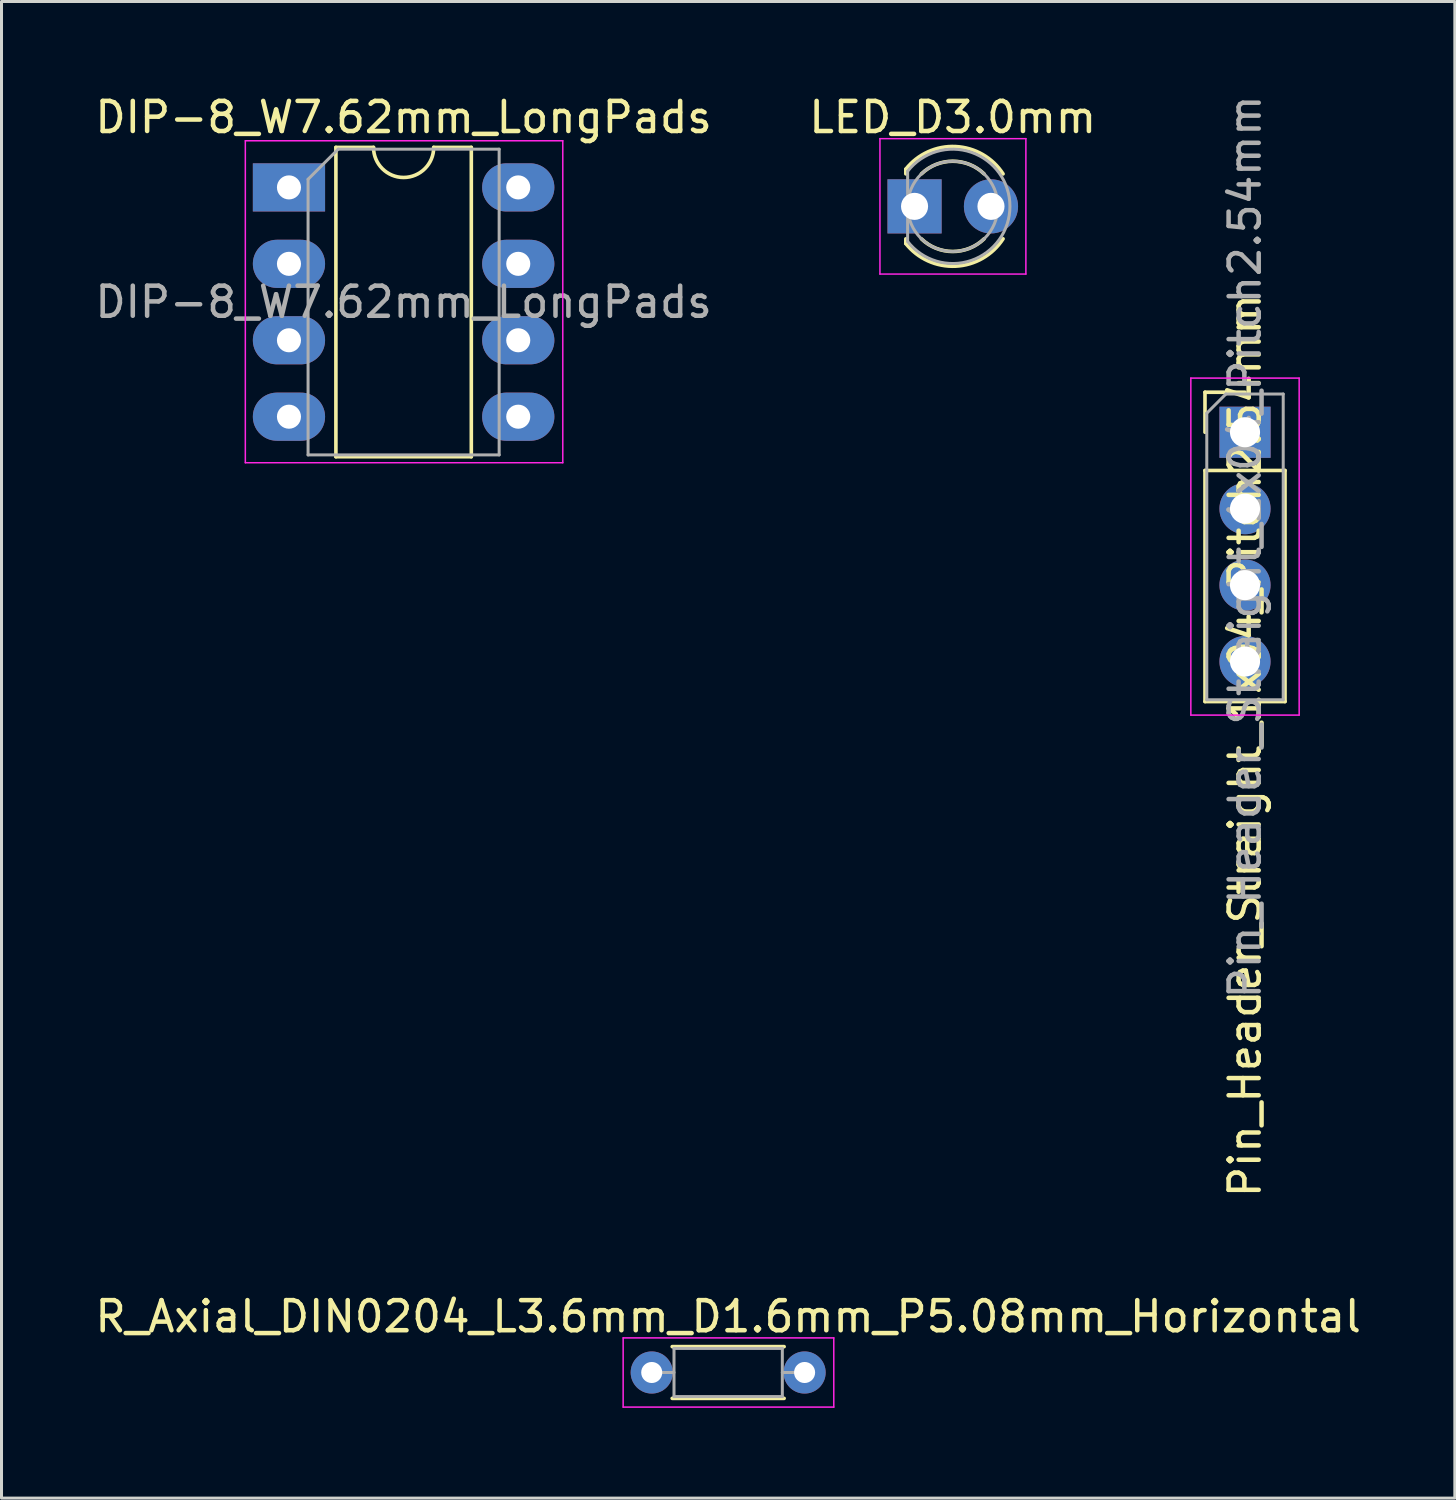
<source format=kicad_pcb>
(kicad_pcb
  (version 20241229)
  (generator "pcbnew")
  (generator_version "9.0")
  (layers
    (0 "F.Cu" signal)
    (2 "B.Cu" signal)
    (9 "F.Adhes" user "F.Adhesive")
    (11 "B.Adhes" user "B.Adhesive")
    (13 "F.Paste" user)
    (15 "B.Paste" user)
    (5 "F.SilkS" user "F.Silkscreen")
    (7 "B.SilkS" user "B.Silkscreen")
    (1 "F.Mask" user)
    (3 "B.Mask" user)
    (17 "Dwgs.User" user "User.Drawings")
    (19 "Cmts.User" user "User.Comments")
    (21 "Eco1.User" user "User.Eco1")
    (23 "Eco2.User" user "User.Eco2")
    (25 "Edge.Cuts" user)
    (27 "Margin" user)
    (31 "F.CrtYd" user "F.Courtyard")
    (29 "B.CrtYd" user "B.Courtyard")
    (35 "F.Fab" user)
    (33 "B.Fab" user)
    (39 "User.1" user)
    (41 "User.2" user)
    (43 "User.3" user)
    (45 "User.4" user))
  (footprint "DIP-8_W7.62mm_LongPads"
    (layer "F.Cu")
    (at 6.553 3.178)
    (property "Reference" "DIP-8_W7.62mm_LongPads" (at 3.81 -2.33 0) (layer "F.SilkS") (effects (font (size 1 1) (thickness 0.15))))
    (attr through_hole)
    (fp_line (start 1.56 -1.33) (end 1.56 8.95) (stroke (width 0.12) (type solid)) (layer "F.SilkS"))
    (fp_line (start 1.56 8.95) (end 6.06 8.95) (stroke (width 0.12) (type solid)) (layer "F.SilkS"))
    (fp_line (start 2.81 -1.33) (end 1.56 -1.33) (stroke (width 0.12) (type solid)) (layer "F.SilkS"))
    (fp_line (start 6.06 -1.33) (end 4.81 -1.33) (stroke (width 0.12) (type solid)) (layer "F.SilkS"))
    (fp_line (start 6.06 8.95) (end 6.06 -1.33) (stroke (width 0.12) (type solid)) (layer "F.SilkS"))
    (fp_arc (start 4.81 -1.33) (mid 3.81 -0.33) (end 2.81 -1.33) (stroke (width 0.12) (type solid)) (layer "F.SilkS"))
    (fp_line (start -1.45 -1.55) (end -1.45 9.15) (stroke (width 0.05) (type solid)) (layer "F.CrtYd"))
    (fp_line (start -1.45 9.15) (end 9.1 9.15) (stroke (width 0.05) (type solid)) (layer "F.CrtYd"))
    (fp_line (start 9.1 -1.55) (end -1.45 -1.55) (stroke (width 0.05) (type solid)) (layer "F.CrtYd"))
    (fp_line (start 9.1 9.15) (end 9.1 -1.55) (stroke (width 0.05) (type solid)) (layer "F.CrtYd"))
    (fp_line (start 0.635 -0.27) (end 1.635 -1.27) (stroke (width 0.1) (type solid)) (layer "F.Fab"))
    (fp_line (start 0.635 8.89) (end 0.635 -0.27) (stroke (width 0.1) (type solid)) (layer "F.Fab"))
    (fp_line (start 1.635 -1.27) (end 6.985 -1.27) (stroke (width 0.1) (type solid)) (layer "F.Fab"))
    (fp_line (start 6.985 -1.27) (end 6.985 8.89) (stroke (width 0.1) (type solid)) (layer "F.Fab"))
    (fp_line (start 6.985 8.89) (end 0.635 8.89) (stroke (width 0.1) (type solid)) (layer "F.Fab"))
    (fp_text user "${REFERENCE}" (at 3.81 3.81 0) (layer "F.Fab") (effects (font (size 1 1) (thickness 0.15))))
    (pad "1" thru_hole rect (at 0 0) (size 2.4 1.6) (drill 0.8) (layers "*.Cu" "*.Mask"))
    (pad "2" thru_hole oval (at 0 2.54) (size 2.4 1.6) (drill 0.8) (layers "*.Cu" "*.Mask"))
    (pad "3" thru_hole oval (at 0 5.08) (size 2.4 1.6) (drill 0.8) (layers "*.Cu" "*.Mask"))
    (pad "4" thru_hole oval (at 0 7.62) (size 2.4 1.6) (drill 0.8) (layers "*.Cu" "*.Mask"))
    (pad "5" thru_hole oval (at 7.62 7.62) (size 2.4 1.6) (drill 0.8) (layers "*.Cu" "*.Mask"))
    (pad "6" thru_hole oval (at 7.62 5.08) (size 2.4 1.6) (drill 0.8) (layers "*.Cu" "*.Mask"))
    (pad "7" thru_hole oval (at 7.62 2.54) (size 2.4 1.6) (drill 0.8) (layers "*.Cu" "*.Mask"))
    (pad "8" thru_hole oval (at 7.62 0) (size 2.4 1.6) (drill 0.8) (layers "*.Cu" "*.Mask")))
  (footprint "Pin_Header_Straight_1x04_Pitch2.54mm"
    (layer "F.Cu")
    (at 38.325 11.315)
    (property "Reference" "Pin_Header_Straight_1x04_Pitch2.54mm" (at 0 10.414 90) (layer "F.SilkS") (effects (font (size 1 1) (thickness 0.15))))
    (attr through_hole)
    (fp_line (start -1.33 -1.33) (end 0 -1.33) (stroke (width 0.12) (type solid)) (layer "F.SilkS"))
    (fp_line (start -1.33 0) (end -1.33 -1.33) (stroke (width 0.12) (type solid)) (layer "F.SilkS"))
    (fp_line (start -1.33 1.27) (end -1.33 8.95) (stroke (width 0.12) (type solid)) (layer "F.SilkS"))
    (fp_line (start -1.33 1.27) (end 1.33 1.27) (stroke (width 0.12) (type solid)) (layer "F.SilkS"))
    (fp_line (start -1.33 8.95) (end 1.33 8.95) (stroke (width 0.12) (type solid)) (layer "F.SilkS"))
    (fp_line (start 1.33 1.27) (end 1.33 8.95) (stroke (width 0.12) (type solid)) (layer "F.SilkS"))
    (fp_line (start -1.8 -1.8) (end -1.8 9.4) (stroke (width 0.05) (type solid)) (layer "F.CrtYd"))
    (fp_line (start -1.8 9.4) (end 1.8 9.4) (stroke (width 0.05) (type solid)) (layer "F.CrtYd"))
    (fp_line (start 1.8 -1.8) (end -1.8 -1.8) (stroke (width 0.05) (type solid)) (layer "F.CrtYd"))
    (fp_line (start 1.8 9.4) (end 1.8 -1.8) (stroke (width 0.05) (type solid)) (layer "F.CrtYd"))
    (fp_line (start -1.27 -0.635) (end -0.635 -1.27) (stroke (width 0.1) (type solid)) (layer "F.Fab"))
    (fp_line (start -1.27 8.89) (end -1.27 -0.635) (stroke (width 0.1) (type solid)) (layer "F.Fab"))
    (fp_line (start -0.635 -1.27) (end 1.27 -1.27) (stroke (width 0.1) (type solid)) (layer "F.Fab"))
    (fp_line (start 1.27 -1.27) (end 1.27 8.89) (stroke (width 0.1) (type solid)) (layer "F.Fab"))
    (fp_line (start 1.27 8.89) (end -1.27 8.89) (stroke (width 0.1) (type solid)) (layer "F.Fab"))
    (fp_text user "${REFERENCE}" (at 0 3.81 90) (layer "F.Fab") (effects (font (size 1 1) (thickness 0.15))))
    (pad "1" thru_hole rect (at 0 0) (size 1.7 1.7) (drill 1) (layers "*.Cu" "*.Mask"))
    (pad "2" thru_hole oval (at 0 2.54) (size 1.7 1.7) (drill 1) (layers "*.Cu" "*.Mask"))
    (pad "3" thru_hole oval (at 0 5.08) (size 1.7 1.7) (drill 1) (layers "*.Cu" "*.Mask"))
    (pad "4" thru_hole oval (at 0 7.62) (size 1.7 1.7) (drill 1) (layers "*.Cu" "*.Mask")))
  (footprint "R_Axial_DIN0204_L3.6mm_D1.6mm_P5.08mm_Horizontal"
    (layer "F.Cu")
    (at 18.609 42.562)
    (property "Reference" "R_Axial_DIN0204_L3.6mm_D1.6mm_P5.08mm_Horizontal" (at 2.54 -1.86 0) (layer "F.SilkS") (effects (font (size 1 1) (thickness 0.15))))
    (attr through_hole)
    (fp_line (start 0.68 -0.86) (end 4.4 -0.86) (stroke (width 0.12) (type solid)) (layer "F.SilkS"))
    (fp_line (start 0.68 0.86) (end 4.4 0.86) (stroke (width 0.12) (type solid)) (layer "F.SilkS"))
    (fp_line (start -0.95 -1.15) (end -0.95 1.15) (stroke (width 0.05) (type solid)) (layer "F.CrtYd"))
    (fp_line (start -0.95 1.15) (end 6.05 1.15) (stroke (width 0.05) (type solid)) (layer "F.CrtYd"))
    (fp_line (start 6.05 -1.15) (end -0.95 -1.15) (stroke (width 0.05) (type solid)) (layer "F.CrtYd"))
    (fp_line (start 6.05 1.15) (end 6.05 -1.15) (stroke (width 0.05) (type solid)) (layer "F.CrtYd"))
    (fp_line (start 0 0) (end 0.74 0) (stroke (width 0.1) (type solid)) (layer "F.Fab"))
    (fp_line (start 0.74 -0.8) (end 0.74 0.8) (stroke (width 0.1) (type solid)) (layer "F.Fab"))
    (fp_line (start 0.74 0.8) (end 4.34 0.8) (stroke (width 0.1) (type solid)) (layer "F.Fab"))
    (fp_line (start 4.34 -0.8) (end 0.74 -0.8) (stroke (width 0.1) (type solid)) (layer "F.Fab"))
    (fp_line (start 4.34 0.8) (end 4.34 -0.8) (stroke (width 0.1) (type solid)) (layer "F.Fab"))
    (fp_line (start 5.08 0) (end 4.34 0) (stroke (width 0.1) (type solid)) (layer "F.Fab"))
    (pad "1" thru_hole circle (at 0 0) (size 1.4 1.4) (drill 0.7) (layers "*.Cu" "*.Mask"))
    (pad "2" thru_hole oval (at 5.08 0) (size 1.4 1.4) (drill 0.7) (layers "*.Cu" "*.Mask")))
  (footprint "LED_D3.0mm"
    (layer "F.Cu")
    (at 27.343 3.808)
    (property "Reference" "LED_D3.0mm" (at 1.27 -2.96 0) (layer "F.SilkS") (effects (font (size 1 1) (thickness 0.15))))
    (attr through_hole)
    (fp_line (start -0.29 -1.236) (end -0.29 -1.08) (stroke (width 0.12) (type solid)) (layer "F.SilkS"))
    (fp_line (start -0.29 1.08) (end -0.29 1.236) (stroke (width 0.12) (type solid)) (layer "F.SilkS"))
    (fp_arc (start -0.29 -1.235516) (mid 1.366487 -1.987659) (end 2.942335 -1.078608) (stroke (width 0.12) (type solid)) (layer "F.SilkS"))
    (fp_arc (start 0.229039 -1.08) (mid 1.270117 -1.5) (end 2.31113 -1.079837) (stroke (width 0.12) (type solid)) (layer "F.SilkS"))
    (fp_arc (start 2.31113 1.079837) (mid 1.270117 1.5) (end 0.229039 1.08) (stroke (width 0.12) (type solid)) (layer "F.SilkS"))
    (fp_arc (start 2.942335 1.078608) (mid 1.366487 1.987659) (end -0.29 1.235516) (stroke (width 0.12) (type solid)) (layer "F.SilkS"))
    (fp_line (start -1.15 -2.25) (end -1.15 2.25) (stroke (width 0.05) (type solid)) (layer "F.CrtYd"))
    (fp_line (start -1.15 2.25) (end 3.7 2.25) (stroke (width 0.05) (type solid)) (layer "F.CrtYd"))
    (fp_line (start 3.7 -2.25) (end -1.15 -2.25) (stroke (width 0.05) (type solid)) (layer "F.CrtYd"))
    (fp_line (start 3.7 2.25) (end 3.7 -2.25) (stroke (width 0.05) (type solid)) (layer "F.CrtYd"))
    (fp_line (start -0.23 -1.166) (end -0.23 1.166) (stroke (width 0.1) (type solid)) (layer "F.Fab"))
    (fp_arc (start -0.23 -1.16619) (mid 3.17 0.000452) (end -0.230555 1.165476) (stroke (width 0.1) (type solid)) (layer "F.Fab"))
    (fp_circle (center 1.27 0) (end 2.77 0) (stroke (width 0.1) (type solid)) (fill no) (layer "F.Fab"))
    (pad "1" thru_hole rect (at 0 0) (size 1.8 1.8) (drill 0.9) (layers "*.Cu" "*.Mask"))
    (pad "2" thru_hole circle (at 2.54 0) (size 1.8 1.8) (drill 0.9) (layers "*.Cu" "*.Mask")))
  (gr_rect
    (start -3 -3)
    (end 45.298 46.737)
    (stroke (width 0.1) (type default))
    (fill no)
    (layer "Edge.Cuts")))
</source>
